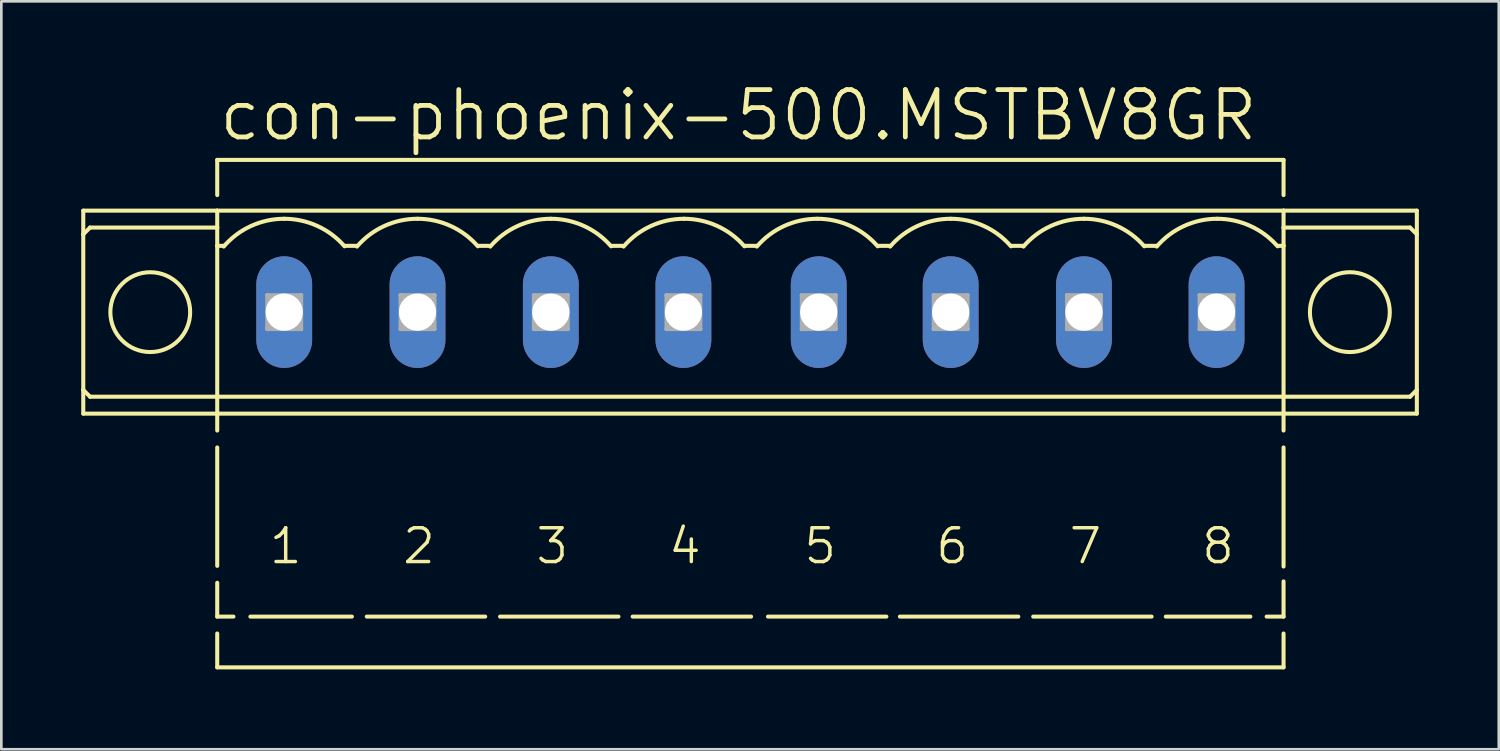
<source format=kicad_pcb>
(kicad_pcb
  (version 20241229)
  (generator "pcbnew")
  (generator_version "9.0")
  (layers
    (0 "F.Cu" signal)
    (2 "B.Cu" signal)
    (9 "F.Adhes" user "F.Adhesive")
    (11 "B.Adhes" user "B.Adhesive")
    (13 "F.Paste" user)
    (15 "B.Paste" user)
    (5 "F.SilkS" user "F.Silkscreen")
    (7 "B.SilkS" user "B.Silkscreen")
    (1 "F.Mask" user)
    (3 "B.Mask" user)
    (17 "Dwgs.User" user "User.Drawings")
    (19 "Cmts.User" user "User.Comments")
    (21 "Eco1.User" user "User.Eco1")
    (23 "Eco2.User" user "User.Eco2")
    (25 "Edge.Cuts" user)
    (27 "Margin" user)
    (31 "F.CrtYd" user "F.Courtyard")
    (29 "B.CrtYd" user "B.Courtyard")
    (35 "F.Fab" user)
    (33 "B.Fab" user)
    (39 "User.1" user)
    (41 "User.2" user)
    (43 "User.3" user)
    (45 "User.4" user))
  (footprint "con-phoenix-500.MSTBV8GR"
    (layer "F.Cu")
    (at 25.12 8.668)
    (property "Reference" "con-phoenix-500.MSTBV8GR" (at -20.04 -6.35 0) (layer "F.SilkS") (effects (font (size 1.778 1.778) (thickness 0.18)) (justify left bottom)))
    (attr through_hole)
    (fp_line (start -25.044 -2.921) (end -25.044 -3.81) (stroke (width 0.152) (type default)) (layer "F.SilkS"))
    (fp_line (start -25.044 -2.921) (end -25.044 2.921) (stroke (width 0.152) (type default)) (layer "F.SilkS"))
    (fp_line (start -25.044 2.921) (end -25.044 3.81) (stroke (width 0.152) (type default)) (layer "F.SilkS"))
    (fp_line (start -24.79 -3.175) (end -25.044 -2.921) (stroke (width 0.152) (type default)) (layer "F.SilkS"))
    (fp_line (start -24.79 -3.175) (end -20.015 -3.175) (stroke (width 0.152) (type default)) (layer "F.SilkS"))
    (fp_line (start -24.79 3.175) (end -25.044 2.921) (stroke (width 0.152) (type default)) (layer "F.SilkS"))
    (fp_line (start -20.015 -5.715) (end 20.016 -5.715) (stroke (width 0.152) (type default)) (layer "F.SilkS"))
    (fp_line (start -20.015 -4.394) (end -20.015 -5.715) (stroke (width 0.152) (type default)) (layer "F.SilkS"))
    (fp_line (start -20.015 -3.81) (end -25.044 -3.81) (stroke (width 0.152) (type default)) (layer "F.SilkS"))
    (fp_line (start -20.015 -3.81) (end -20.015 -3.175) (stroke (width 0.152) (type default)) (layer "F.SilkS"))
    (fp_line (start -20.015 -3.175) (end -20.015 -2.489) (stroke (width 0.152) (type default)) (layer "F.SilkS"))
    (fp_line (start -20.015 -2.489) (end -20.015 3.175) (stroke (width 0.152) (type default)) (layer "F.SilkS"))
    (fp_line (start -20.015 3.175) (end -24.79 3.175) (stroke (width 0.152) (type default)) (layer "F.SilkS"))
    (fp_line (start -20.015 3.175) (end -20.015 3.81) (stroke (width 0.152) (type default)) (layer "F.SilkS"))
    (fp_line (start -20.015 3.81) (end -25.044 3.81) (stroke (width 0.152) (type default)) (layer "F.SilkS"))
    (fp_line (start -20.015 4.445) (end -20.015 3.81) (stroke (width 0.152) (type default)) (layer "F.SilkS"))
    (fp_line (start -20.015 9.525) (end -20.015 5.08) (stroke (width 0.152) (type default)) (layer "F.SilkS"))
    (fp_line (start -20.015 11.43) (end -20.015 10.16) (stroke (width 0.152) (type default)) (layer "F.SilkS"))
    (fp_line (start -20.015 13.335) (end -20.015 12.065) (stroke (width 0.152) (type default)) (layer "F.SilkS"))
    (fp_line (start -20.015 13.335) (end 20.016 13.335) (stroke (width 0.152) (type default)) (layer "F.SilkS"))
    (fp_line (start -19.761 -2.489) (end -20.015 -2.489) (stroke (width 0.152) (type default)) (layer "F.SilkS"))
    (fp_line (start -19.405 11.43) (end -20.015 11.43) (stroke (width 0.152) (type default)) (layer "F.SilkS"))
    (fp_line (start -14.96 11.43) (end -18.77 11.43) (stroke (width 0.152) (type default)) (layer "F.SilkS"))
    (fp_line (start -14.808 -2.489) (end -15.214 -2.489) (stroke (width 0.152) (type default)) (layer "F.SilkS"))
    (fp_line (start -9.956 11.43) (end -14.401 11.43) (stroke (width 0.152) (type default)) (layer "F.SilkS"))
    (fp_line (start -9.804 -2.489) (end -10.21 -2.489) (stroke (width 0.152) (type default)) (layer "F.SilkS"))
    (fp_line (start -4.952 11.43) (end -9.397 11.43) (stroke (width 0.152) (type default)) (layer "F.SilkS"))
    (fp_line (start -4.8 -2.489) (end -5.206 -2.489) (stroke (width 0.152) (type default)) (layer "F.SilkS"))
    (fp_line (start 0.026 11.43) (end -4.419 11.43) (stroke (width 0.152) (type default)) (layer "F.SilkS"))
    (fp_line (start 0.229 -2.489) (end -0.203 -2.489) (stroke (width 0.152) (type default)) (layer "F.SilkS"))
    (fp_line (start 5.106 11.43) (end 0.661 11.43) (stroke (width 0.152) (type default)) (layer "F.SilkS"))
    (fp_line (start 5.258 -2.489) (end 4.801 -2.489) (stroke (width 0.152) (type default)) (layer "F.SilkS"))
    (fp_line (start 10.059 11.43) (end 5.614 11.43) (stroke (width 0.152) (type default)) (layer "F.SilkS"))
    (fp_line (start 10.262 -2.489) (end 9.805 -2.489) (stroke (width 0.152) (type default)) (layer "F.SilkS"))
    (fp_line (start 15.063 11.43) (end 10.618 11.43) (stroke (width 0.152) (type default)) (layer "F.SilkS"))
    (fp_line (start 15.266 -2.489) (end 14.809 -2.489) (stroke (width 0.152) (type default)) (layer "F.SilkS"))
    (fp_line (start 18.771 11.43) (end 15.596 11.43) (stroke (width 0.152) (type default)) (layer "F.SilkS"))
    (fp_line (start 20.016 -4.394) (end 20.016 -5.715) (stroke (width 0.152) (type default)) (layer "F.SilkS"))
    (fp_line (start 20.016 -3.81) (end -20.015 -3.81) (stroke (width 0.152) (type default)) (layer "F.SilkS"))
    (fp_line (start 20.016 -3.81) (end 25.02 -3.81) (stroke (width 0.152) (type default)) (layer "F.SilkS"))
    (fp_line (start 20.016 -3.175) (end 20.016 -3.81) (stroke (width 0.152) (type default)) (layer "F.SilkS"))
    (fp_line (start 20.016 -3.175) (end 24.766 -3.175) (stroke (width 0.152) (type default)) (layer "F.SilkS"))
    (fp_line (start 20.016 -2.489) (end 19.813 -2.489) (stroke (width 0.152) (type default)) (layer "F.SilkS"))
    (fp_line (start 20.016 -2.489) (end 20.016 -3.175) (stroke (width 0.152) (type default)) (layer "F.SilkS"))
    (fp_line (start 20.016 3.175) (end -20.015 3.175) (stroke (width 0.152) (type default)) (layer "F.SilkS"))
    (fp_line (start 20.016 3.175) (end 20.016 -2.489) (stroke (width 0.152) (type default)) (layer "F.SilkS"))
    (fp_line (start 20.016 3.81) (end -20.015 3.81) (stroke (width 0.152) (type default)) (layer "F.SilkS"))
    (fp_line (start 20.016 3.81) (end 20.016 3.175) (stroke (width 0.152) (type default)) (layer "F.SilkS"))
    (fp_line (start 20.016 3.81) (end 25.02 3.81) (stroke (width 0.152) (type default)) (layer "F.SilkS"))
    (fp_line (start 20.016 4.445) (end 20.016 3.81) (stroke (width 0.152) (type default)) (layer "F.SilkS"))
    (fp_line (start 20.016 9.55) (end 20.016 5.08) (stroke (width 0.152) (type default)) (layer "F.SilkS"))
    (fp_line (start 20.016 11.43) (end 19.381 11.43) (stroke (width 0.152) (type default)) (layer "F.SilkS"))
    (fp_line (start 20.016 11.43) (end 20.016 10.109) (stroke (width 0.152) (type default)) (layer "F.SilkS"))
    (fp_line (start 20.016 13.335) (end 20.016 12.065) (stroke (width 0.152) (type default)) (layer "F.SilkS"))
    (fp_line (start 24.766 -3.175) (end 25.02 -2.921) (stroke (width 0.152) (type default)) (layer "F.SilkS"))
    (fp_line (start 24.766 3.175) (end 20.016 3.175) (stroke (width 0.152) (type default)) (layer "F.SilkS"))
    (fp_line (start 24.766 3.175) (end 25.02 2.921) (stroke (width 0.152) (type default)) (layer "F.SilkS"))
    (fp_line (start 25.02 -2.921) (end 25.02 -3.81) (stroke (width 0.152) (type default)) (layer "F.SilkS"))
    (fp_line (start 25.02 2.921) (end 25.02 -2.921) (stroke (width 0.152) (type default)) (layer "F.SilkS"))
    (fp_line (start 25.02 2.921) (end 25.02 3.81) (stroke (width 0.152) (type default)) (layer "F.SilkS"))
    (fp_arc (start -19.7738 -2.4608) (mid -18.75111 -3.231677) (end -17.5 -3.5053) (stroke (width 0.1524) (type default)) (layer "F.SilkS"))
    (fp_arc (start -17.5 -3.5052) (mid -16.255023 -3.234436) (end -15.235 -2.471) (stroke (width 0.1524) (type default)) (layer "F.SilkS"))
    (fp_arc (start -14.77 -2.4608) (mid -13.747301 -3.231631) (end -12.4962 -3.5052) (stroke (width 0.1524) (type default)) (layer "F.SilkS"))
    (fp_arc (start -12.4962 -3.5052) (mid -11.251223 -3.234436) (end -10.2312 -2.471) (stroke (width 0.1524) (type default)) (layer "F.SilkS"))
    (fp_arc (start -9.7662 -2.4608) (mid -8.743501 -3.231631) (end -7.4924 -3.5052) (stroke (width 0.1524) (type default)) (layer "F.SilkS"))
    (fp_arc (start -7.4924 -3.5052) (mid -6.247423 -3.234436) (end -5.2274 -2.471) (stroke (width 0.1524) (type default)) (layer "F.SilkS"))
    (fp_arc (start -4.7624 -2.4608) (mid -3.739701 -3.231631) (end -2.4886 -3.5052) (stroke (width 0.1524) (type default)) (layer "F.SilkS"))
    (fp_arc (start -2.4886 -3.5052) (mid -1.243623 -3.234436) (end -0.2236 -2.471) (stroke (width 0.1524) (type default)) (layer "F.SilkS"))
    (fp_arc (start 0.2414 -2.4608) (mid 1.264099 -3.231631) (end 2.5152 -3.5052) (stroke (width 0.1524) (type default)) (layer "F.SilkS"))
    (fp_arc (start 2.5152 -3.5052) (mid 3.760177 -3.234436) (end 4.7802 -2.471) (stroke (width 0.1524) (type default)) (layer "F.SilkS"))
    (fp_arc (start 5.2452 -2.4608) (mid 6.267899 -3.231631) (end 7.519 -3.5052) (stroke (width 0.1524) (type default)) (layer "F.SilkS"))
    (fp_arc (start 7.519 -3.5052) (mid 8.763977 -3.234436) (end 9.784 -2.471) (stroke (width 0.1524) (type default)) (layer "F.SilkS"))
    (fp_arc (start 10.249 -2.4608) (mid 11.271699 -3.231631) (end 12.5228 -3.5052) (stroke (width 0.1524) (type default)) (layer "F.SilkS"))
    (fp_arc (start 12.5228 -3.5052) (mid 13.767777 -3.234436) (end 14.7878 -2.471) (stroke (width 0.1524) (type default)) (layer "F.SilkS"))
    (fp_arc (start 15.2528 -2.4608) (mid 16.275499 -3.231631) (end 17.5266 -3.5052) (stroke (width 0.1524) (type default)) (layer "F.SilkS"))
    (fp_arc (start 17.5266 -3.5052) (mid 18.771577 -3.234436) (end 19.7916 -2.471) (stroke (width 0.1524) (type default)) (layer "F.SilkS"))
    (fp_circle (center -22.529 0) (end -21.031 0) (stroke (width 0.152) (type default)) (fill no) (layer "F.SilkS"))
    (fp_circle (center 22.505 0) (end 24.004 0) (stroke (width 0.152) (type default)) (fill no) (layer "F.SilkS"))
    (fp_line (start -18.135 -0.635) (end -18.135 0.635) (stroke (width 0.152) (type default)) (layer "F.Fab"))
    (fp_line (start -18.135 0.635) (end -16.865 0.635) (stroke (width 0.152) (type default)) (layer "F.Fab"))
    (fp_line (start -16.865 -0.635) (end -18.135 -0.635) (stroke (width 0.152) (type default)) (layer "F.Fab"))
    (fp_line (start -16.865 -0.635) (end -18.135 0.635) (stroke (width 0.152) (type default)) (layer "F.Fab"))
    (fp_line (start -16.865 0.635) (end -18.135 -0.635) (stroke (width 0.152) (type default)) (layer "F.Fab"))
    (fp_line (start -16.865 0.635) (end -16.865 -0.635) (stroke (width 0.152) (type default)) (layer "F.Fab"))
    (fp_line (start -13.131 -0.635) (end -13.131 0.635) (stroke (width 0.152) (type default)) (layer "F.Fab"))
    (fp_line (start -13.131 0.635) (end -11.861 0.635) (stroke (width 0.152) (type default)) (layer "F.Fab"))
    (fp_line (start -11.861 -0.635) (end -13.131 -0.635) (stroke (width 0.152) (type default)) (layer "F.Fab"))
    (fp_line (start -11.861 -0.635) (end -13.131 0.635) (stroke (width 0.152) (type default)) (layer "F.Fab"))
    (fp_line (start -11.861 0.635) (end -13.131 -0.635) (stroke (width 0.152) (type default)) (layer "F.Fab"))
    (fp_line (start -11.861 0.635) (end -11.861 -0.635) (stroke (width 0.152) (type default)) (layer "F.Fab"))
    (fp_line (start -8.127 -0.635) (end -8.127 0.635) (stroke (width 0.152) (type default)) (layer "F.Fab"))
    (fp_line (start -8.127 0.635) (end -6.857 0.635) (stroke (width 0.152) (type default)) (layer "F.Fab"))
    (fp_line (start -6.857 -0.635) (end -8.127 -0.635) (stroke (width 0.152) (type default)) (layer "F.Fab"))
    (fp_line (start -6.857 -0.635) (end -8.127 0.635) (stroke (width 0.152) (type default)) (layer "F.Fab"))
    (fp_line (start -6.857 0.635) (end -8.127 -0.635) (stroke (width 0.152) (type default)) (layer "F.Fab"))
    (fp_line (start -6.857 0.635) (end -6.857 -0.635) (stroke (width 0.152) (type default)) (layer "F.Fab"))
    (fp_line (start -3.149 -0.635) (end -3.149 0.635) (stroke (width 0.152) (type default)) (layer "F.Fab"))
    (fp_line (start -3.149 0.635) (end -1.879 0.635) (stroke (width 0.152) (type default)) (layer "F.Fab"))
    (fp_line (start -1.879 -0.635) (end -3.149 -0.635) (stroke (width 0.152) (type default)) (layer "F.Fab"))
    (fp_line (start -1.879 -0.635) (end -3.149 0.635) (stroke (width 0.152) (type default)) (layer "F.Fab"))
    (fp_line (start -1.879 0.635) (end -3.149 -0.635) (stroke (width 0.152) (type default)) (layer "F.Fab"))
    (fp_line (start -1.879 0.635) (end -1.879 -0.635) (stroke (width 0.152) (type default)) (layer "F.Fab"))
    (fp_line (start 1.931 -0.635) (end 1.931 0.635) (stroke (width 0.152) (type default)) (layer "F.Fab"))
    (fp_line (start 1.931 0.635) (end 3.201 0.635) (stroke (width 0.152) (type default)) (layer "F.Fab"))
    (fp_line (start 3.201 -0.635) (end 1.931 -0.635) (stroke (width 0.152) (type default)) (layer "F.Fab"))
    (fp_line (start 3.201 -0.635) (end 1.931 0.635) (stroke (width 0.152) (type default)) (layer "F.Fab"))
    (fp_line (start 3.201 0.635) (end 1.931 -0.635) (stroke (width 0.152) (type default)) (layer "F.Fab"))
    (fp_line (start 3.201 0.635) (end 3.201 -0.635) (stroke (width 0.152) (type default)) (layer "F.Fab"))
    (fp_line (start 6.884 -0.635) (end 6.884 0.635) (stroke (width 0.152) (type default)) (layer "F.Fab"))
    (fp_line (start 6.884 0.635) (end 8.154 0.635) (stroke (width 0.152) (type default)) (layer "F.Fab"))
    (fp_line (start 8.154 -0.635) (end 6.884 -0.635) (stroke (width 0.152) (type default)) (layer "F.Fab"))
    (fp_line (start 8.154 -0.635) (end 6.884 0.635) (stroke (width 0.152) (type default)) (layer "F.Fab"))
    (fp_line (start 8.154 0.635) (end 6.884 -0.635) (stroke (width 0.152) (type default)) (layer "F.Fab"))
    (fp_line (start 8.154 0.635) (end 8.154 -0.635) (stroke (width 0.152) (type default)) (layer "F.Fab"))
    (fp_line (start 11.888 -0.635) (end 11.888 0.635) (stroke (width 0.152) (type default)) (layer "F.Fab"))
    (fp_line (start 11.888 0.635) (end 13.158 0.635) (stroke (width 0.152) (type default)) (layer "F.Fab"))
    (fp_line (start 13.158 -0.635) (end 11.888 -0.635) (stroke (width 0.152) (type default)) (layer "F.Fab"))
    (fp_line (start 13.158 -0.635) (end 11.888 0.635) (stroke (width 0.152) (type default)) (layer "F.Fab"))
    (fp_line (start 13.158 0.635) (end 11.888 -0.635) (stroke (width 0.152) (type default)) (layer "F.Fab"))
    (fp_line (start 13.158 0.635) (end 13.158 -0.635) (stroke (width 0.152) (type default)) (layer "F.Fab"))
    (fp_line (start 16.866 -0.635) (end 16.866 0.635) (stroke (width 0.152) (type default)) (layer "F.Fab"))
    (fp_line (start 16.866 0.635) (end 18.136 0.635) (stroke (width 0.152) (type default)) (layer "F.Fab"))
    (fp_line (start 18.136 -0.635) (end 16.866 -0.635) (stroke (width 0.152) (type default)) (layer "F.Fab"))
    (fp_line (start 18.136 -0.635) (end 16.866 0.635) (stroke (width 0.152) (type default)) (layer "F.Fab"))
    (fp_line (start 18.136 0.635) (end 16.866 -0.635) (stroke (width 0.152) (type default)) (layer "F.Fab"))
    (fp_line (start 18.136 0.635) (end 18.136 -0.635) (stroke (width 0.152) (type default)) (layer "F.Fab"))
    (fp_text user "1" (at -18.135 9.525 0) (layer "F.SilkS") (effects (font (size 1.27 1.27) (thickness 0.13)) (justify left bottom)))
    (fp_text user "6" (at 6.884 9.525 0) (layer "F.SilkS") (effects (font (size 1.27 1.27) (thickness 0.13)) (justify left bottom)))
    (fp_text user "7" (at 11.888 9.525 0) (layer "F.SilkS") (effects (font (size 1.27 1.27) (thickness 0.13)) (justify left bottom)))
    (fp_text user "3" (at -8.127 9.525 0) (layer "F.SilkS") (effects (font (size 1.27 1.27) (thickness 0.13)) (justify left bottom)))
    (fp_text user "2" (at -13.131 9.525 0) (layer "F.SilkS") (effects (font (size 1.27 1.27) (thickness 0.13)) (justify left bottom)))
    (fp_text user "5" (at 1.931 9.525 0) (layer "F.SilkS") (effects (font (size 1.27 1.27) (thickness 0.13)) (justify left bottom)))
    (fp_text user "4" (at -3.149 9.525 0) (layer "F.SilkS") (effects (font (size 1.27 1.27) (thickness 0.13)) (justify left bottom)))
    (fp_text user "8" (at 16.866 9.525 0) (layer "F.SilkS") (effects (font (size 1.27 1.27) (thickness 0.13)) (justify left bottom)))
    (pad "1" thru_hole oval (at -17.5 0 90) (size 4.191 2.095) (drill 1.397) (layers "*.Cu" "*.Mask"))
    (pad "2" thru_hole oval (at -12.496 0 90) (size 4.191 2.095) (drill 1.397) (layers "*.Cu" "*.Mask"))
    (pad "3" thru_hole oval (at -7.492 0 90) (size 4.191 2.095) (drill 1.397) (layers "*.Cu" "*.Mask"))
    (pad "4" thru_hole oval (at -2.514 0 90) (size 4.191 2.095) (drill 1.397) (layers "*.Cu" "*.Mask"))
    (pad "5" thru_hole oval (at 2.566 0 90) (size 4.191 2.095) (drill 1.397) (layers "*.Cu" "*.Mask"))
    (pad "6" thru_hole oval (at 7.519 0 90) (size 4.191 2.095) (drill 1.397) (layers "*.Cu" "*.Mask"))
    (pad "7" thru_hole oval (at 12.523 0 90) (size 4.191 2.095) (drill 1.397) (layers "*.Cu" "*.Mask"))
    (pad "8" thru_hole oval (at 17.501 0 90) (size 4.191 2.095) (drill 1.397) (layers "*.Cu" "*.Mask")))
  (gr_rect
    (start -3 -3)
    (end 53.216 25.079)
    (stroke (width 0.1) (type default))
    (fill no)
    (layer "Edge.Cuts")))
</source>
